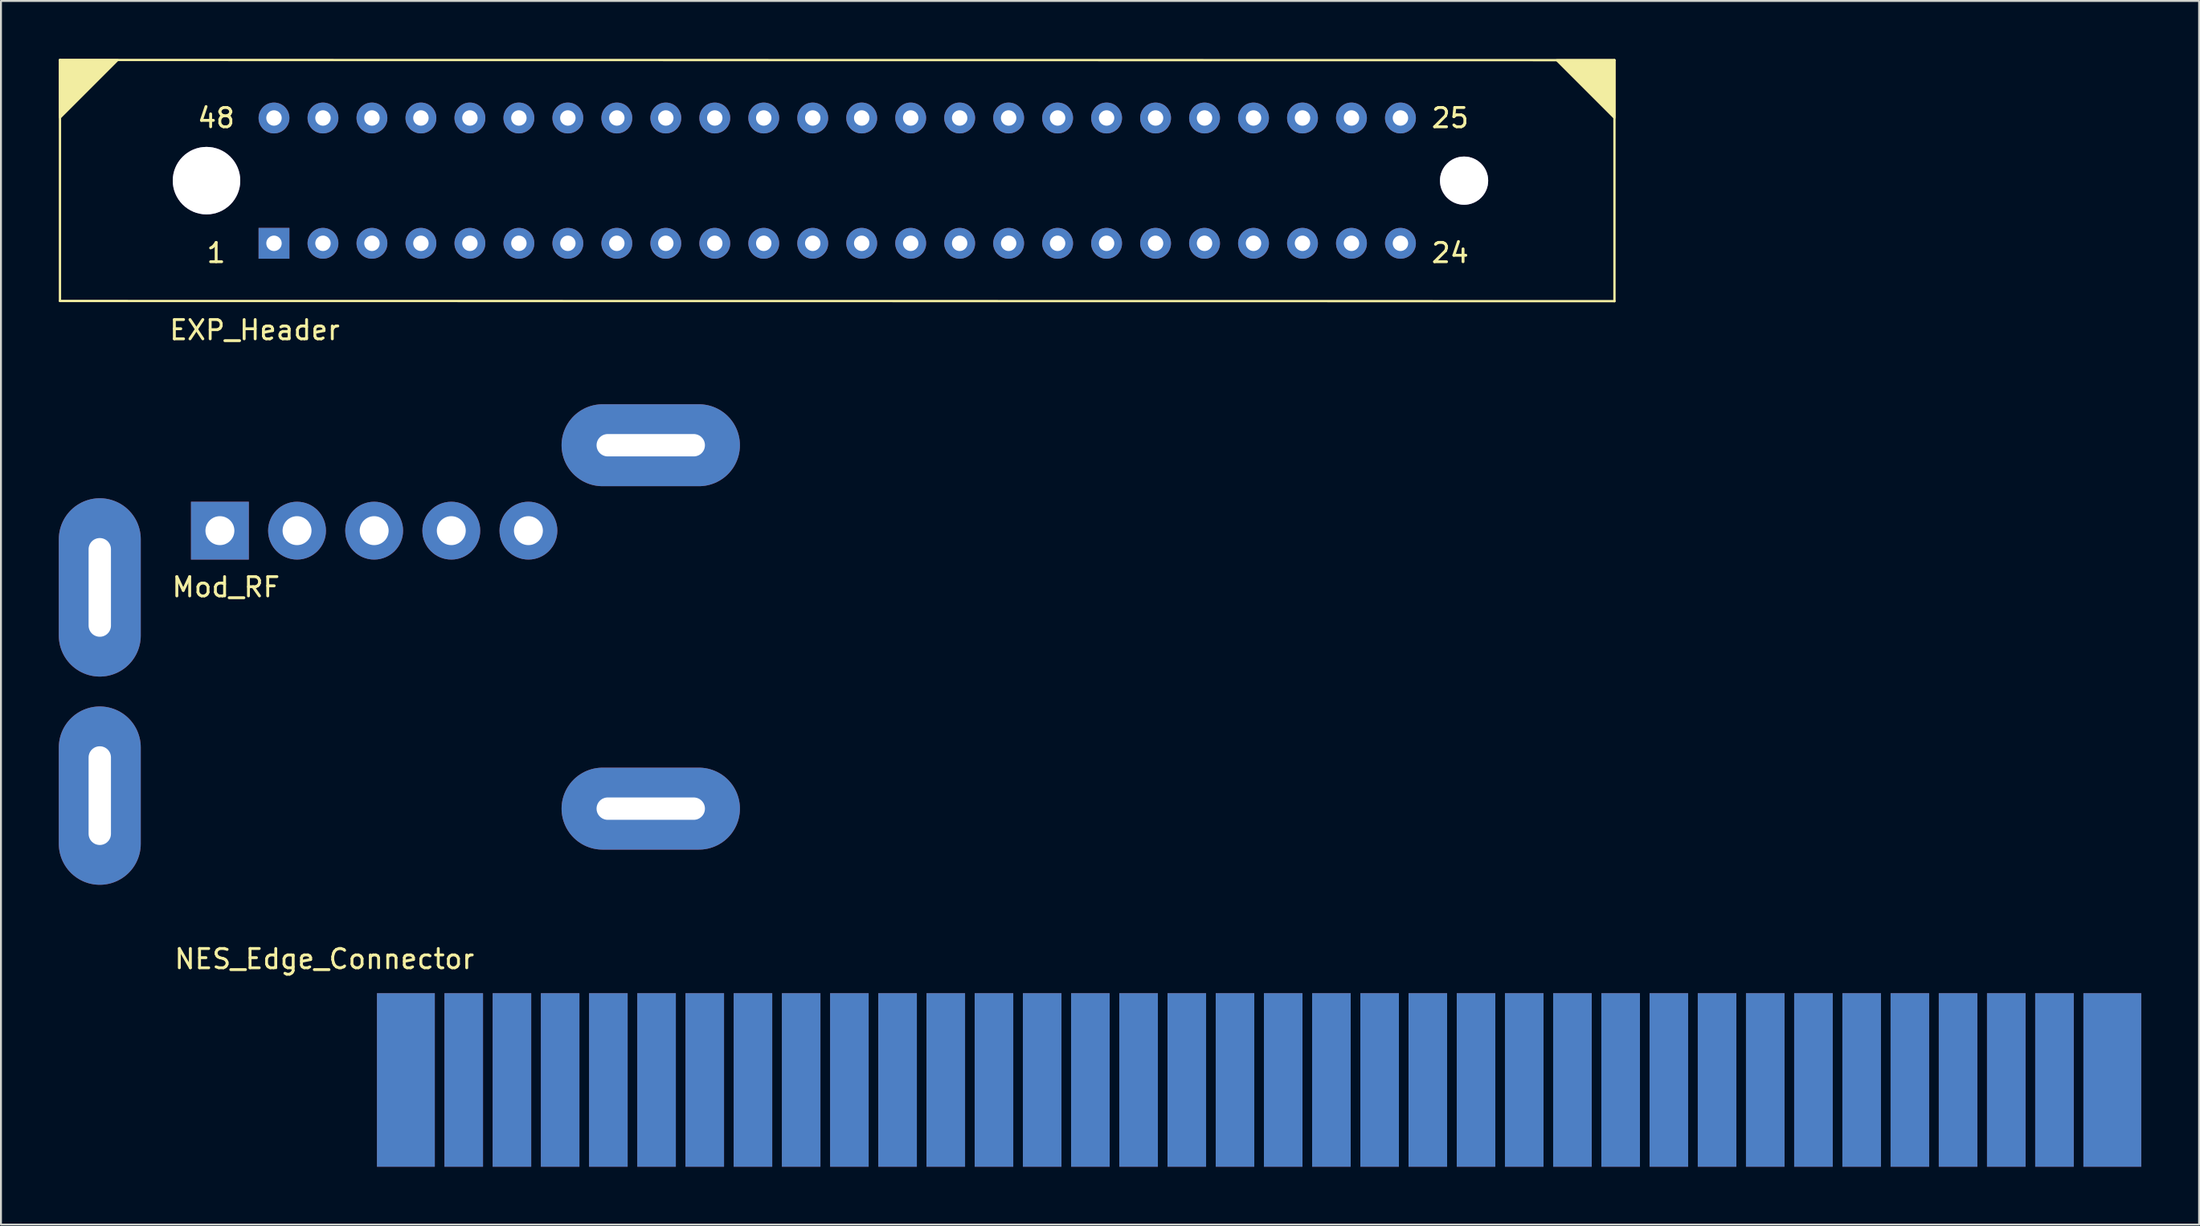
<source format=kicad_pcb>
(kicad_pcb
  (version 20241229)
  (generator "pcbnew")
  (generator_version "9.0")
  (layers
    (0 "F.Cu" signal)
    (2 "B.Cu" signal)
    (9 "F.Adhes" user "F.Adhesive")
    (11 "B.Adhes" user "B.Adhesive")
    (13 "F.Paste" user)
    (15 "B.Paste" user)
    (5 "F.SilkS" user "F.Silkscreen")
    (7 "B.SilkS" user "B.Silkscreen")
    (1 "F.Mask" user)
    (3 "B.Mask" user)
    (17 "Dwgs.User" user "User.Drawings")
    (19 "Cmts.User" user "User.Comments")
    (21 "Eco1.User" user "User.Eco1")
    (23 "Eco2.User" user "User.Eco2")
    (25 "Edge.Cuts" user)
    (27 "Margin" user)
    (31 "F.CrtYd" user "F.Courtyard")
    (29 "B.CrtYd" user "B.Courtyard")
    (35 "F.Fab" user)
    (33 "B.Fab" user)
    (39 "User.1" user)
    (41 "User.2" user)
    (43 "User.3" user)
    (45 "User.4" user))
  (footprint "Mod_RF"
    (layer "F.Cu")
    (at 8.355 22.318)
    (property "Reference" "Mod_RF" (at 0.314 5.086 0) (layer "F.SilkS") (effects (font (size 1 1) (thickness 0.15))))
    (attr through_hole)
    (pad "1" thru_hole rect (at 0 2.156) (size 3 3) (drill 1.5) (layers "*.Cu" "*.Mask"))
    (pad "2" thru_hole circle (at 4 2.156) (size 3 3) (drill 1.5) (layers "*.Cu" "*.Mask"))
    (pad "3" thru_hole circle (at 8 2.156) (size 3 3) (drill 1.5) (layers "*.Cu" "*.Mask"))
    (pad "4" thru_hole circle (at 12 2.156) (size 3 3) (drill 1.5) (layers "*.Cu" "*.Mask"))
    (pad "5" thru_hole circle (at 16 2.156) (size 3 3) (drill 1.5) (layers "*.Cu" "*.Mask"))
    (pad "6" thru_hole oval (at -6.23 5.1) (size 4.25 9.25) (drill oval 1.16 5.12) (layers "*.Cu" "*.Mask"))
    (pad "6" thru_hole oval (at -6.23 15.9) (size 4.25 9.25) (drill oval 1.16 5.12) (layers "*.Cu" "*.Mask"))
    (pad "6" thru_hole oval (at 22.344 -2.275 90) (size 4.25 9.25) (drill oval 1.16 5.62) (layers "*.Cu" "*.Mask"))
    (pad "6" thru_hole oval (at 22.344 16.575 90) (size 4.25 9.25) (drill oval 1.16 5.62) (layers "*.Cu" "*.Mask")))
  (footprint "NES_Edge_Connector"
    (layer "F.Cu")
    (at 0.25 46.717)
    (property "Reference" "NES_Edge_Connector" (at 13.525 -0.025 0) (layer "F.SilkS") (effects (font (size 1 1) (thickness 0.15))))
    (attr through_hole)
    (pad "1" smd rect (at 17.75 6.25) (size 3 9) (layers "F.Cu" "F.Mask" "F.Paste"))
    (pad "2" smd rect (at 20.75 6.25) (size 2 9) (layers "F.Cu" "F.Mask" "F.Paste"))
    (pad "3" smd rect (at 23.25 6.25) (size 2 9) (layers "F.Cu" "F.Mask" "F.Paste"))
    (pad "4" smd rect (at 25.75 6.25) (size 2 9) (layers "F.Cu" "F.Mask" "F.Paste"))
    (pad "5" smd rect (at 28.25 6.25) (size 2 9) (layers "F.Cu" "F.Mask" "F.Paste"))
    (pad "6" smd rect (at 30.75 6.25) (size 2 9) (layers "F.Cu" "F.Mask" "F.Paste"))
    (pad "7" smd rect (at 33.25 6.25) (size 2 9) (layers "F.Cu" "F.Mask" "F.Paste"))
    (pad "8" smd rect (at 35.75 6.25) (size 2 9) (layers "F.Cu" "F.Mask" "F.Paste"))
    (pad "9" smd rect (at 38.25 6.25) (size 2 9) (layers "F.Cu" "F.Mask" "F.Paste"))
    (pad "10" smd rect (at 40.75 6.25) (size 2 9) (layers "F.Cu" "F.Mask" "F.Paste"))
    (pad "11" smd rect (at 43.25 6.25) (size 2 9) (layers "F.Cu" "F.Mask" "F.Paste"))
    (pad "12" smd rect (at 45.75 6.25) (size 2 9) (layers "F.Cu" "F.Mask" "F.Paste"))
    (pad "13" smd rect (at 48.25 6.25) (size 2 9) (layers "F.Cu" "F.Mask" "F.Paste"))
    (pad "14" smd rect (at 50.75 6.25) (size 2 9) (layers "F.Cu" "F.Mask" "F.Paste"))
    (pad "15" smd rect (at 53.25 6.25) (size 2 9) (layers "F.Cu" "F.Mask" "F.Paste"))
    (pad "16" smd rect (at 55.75 6.25) (size 2 9) (layers "F.Cu" "F.Mask" "F.Paste"))
    (pad "17" smd rect (at 58.25 6.25) (size 2 9) (layers "F.Cu" "F.Mask" "F.Paste"))
    (pad "18" smd rect (at 60.75 6.25) (size 2 9) (layers "F.Cu" "F.Mask" "F.Paste"))
    (pad "19" smd rect (at 63.25 6.25) (size 2 9) (layers "F.Cu" "F.Mask" "F.Paste"))
    (pad "20" smd rect (at 65.75 6.25) (size 2 9) (layers "F.Cu" "F.Mask" "F.Paste"))
    (pad "21" smd rect (at 68.25 6.25) (size 2 9) (layers "F.Cu" "F.Mask" "F.Paste"))
    (pad "22" smd rect (at 70.75 6.25) (size 2 9) (layers "F.Cu" "F.Mask" "F.Paste"))
    (pad "23" smd rect (at 73.25 6.25) (size 2 9) (layers "F.Cu" "F.Mask" "F.Paste"))
    (pad "24" smd rect (at 75.75 6.25) (size 2 9) (layers "F.Cu" "F.Mask" "F.Paste"))
    (pad "25" smd rect (at 78.25 6.25) (size 2 9) (layers "F.Cu" "F.Mask" "F.Paste"))
    (pad "26" smd rect (at 80.75 6.25) (size 2 9) (layers "F.Cu" "F.Mask" "F.Paste"))
    (pad "27" smd rect (at 83.25 6.25) (size 2 9) (layers "F.Cu" "F.Mask" "F.Paste"))
    (pad "28" smd rect (at 85.75 6.25) (size 2 9) (layers "F.Cu" "F.Mask" "F.Paste"))
    (pad "29" smd rect (at 88.25 6.25) (size 2 9) (layers "F.Cu" "F.Mask" "F.Paste"))
    (pad "30" smd rect (at 90.75 6.25) (size 2 9) (layers "F.Cu" "F.Mask" "F.Paste"))
    (pad "31" smd rect (at 93.25 6.25) (size 2 9) (layers "F.Cu" "F.Mask" "F.Paste"))
    (pad "32" smd rect (at 95.75 6.25) (size 2 9) (layers "F.Cu" "F.Mask" "F.Paste"))
    (pad "33" smd rect (at 98.25 6.25) (size 2 9) (layers "F.Cu" "F.Mask" "F.Paste"))
    (pad "34" smd rect (at 100.75 6.25) (size 2 9) (layers "F.Cu" "F.Mask" "F.Paste"))
    (pad "35" smd rect (at 103.25 6.25) (size 2 9) (layers "F.Cu" "F.Mask" "F.Paste"))
    (pad "36" smd rect (at 106.25 6.25) (size 3 9) (layers "F.Cu" "F.Mask" "F.Paste"))
    (pad "37" smd rect (at 17.75 6.25) (size 3 9) (layers "B.Cu" "B.Mask" "B.Paste"))
    (pad "38" smd rect (at 20.75 6.25) (size 2 9) (layers "B.Cu" "B.Mask" "B.Paste"))
    (pad "39" smd rect (at 23.25 6.25) (size 2 9) (layers "B.Cu" "B.Mask" "B.Paste"))
    (pad "40" smd rect (at 25.75 6.25) (size 2 9) (layers "B.Cu" "B.Mask" "B.Paste"))
    (pad "41" smd rect (at 28.25 6.25) (size 2 9) (layers "B.Cu" "B.Mask" "B.Paste"))
    (pad "42" smd rect (at 30.75 6.25) (size 2 9) (layers "B.Cu" "B.Mask" "B.Paste"))
    (pad "43" smd rect (at 33.25 6.25) (size 2 9) (layers "B.Cu" "B.Mask" "B.Paste"))
    (pad "44" smd rect (at 35.75 6.25) (size 2 9) (layers "B.Cu" "B.Mask" "B.Paste"))
    (pad "45" smd rect (at 38.25 6.25) (size 2 9) (layers "B.Cu" "B.Mask" "B.Paste"))
    (pad "46" smd rect (at 40.75 6.25) (size 2 9) (layers "B.Cu" "B.Mask" "B.Paste"))
    (pad "47" smd rect (at 43.25 6.25) (size 2 9) (layers "B.Cu" "B.Mask" "B.Paste"))
    (pad "48" smd rect (at 45.75 6.25) (size 2 9) (layers "B.Cu" "B.Mask" "B.Paste"))
    (pad "49" smd rect (at 48.25 6.25) (size 2 9) (layers "B.Cu" "B.Mask" "B.Paste"))
    (pad "50" smd rect (at 50.75 6.25) (size 2 9) (layers "B.Cu" "B.Mask" "B.Paste"))
    (pad "51" smd rect (at 53.25 6.25) (size 2 9) (layers "B.Cu" "B.Mask" "B.Paste"))
    (pad "52" smd rect (at 55.75 6.25) (size 2 9) (layers "B.Cu" "B.Mask" "B.Paste"))
    (pad "53" smd rect (at 58.25 6.25) (size 2 9) (layers "B.Cu" "B.Mask" "B.Paste"))
    (pad "54" smd rect (at 60.75 6.25) (size 2 9) (layers "B.Cu" "B.Mask" "B.Paste"))
    (pad "55" smd rect (at 63.25 6.25) (size 2 9) (layers "B.Cu" "B.Mask" "B.Paste"))
    (pad "56" smd rect (at 65.75 6.25) (size 2 9) (layers "B.Cu" "B.Mask" "B.Paste"))
    (pad "57" smd rect (at 68.25 6.25) (size 2 9) (layers "B.Cu" "B.Mask" "B.Paste"))
    (pad "58" smd rect (at 70.75 6.25) (size 2 9) (layers "B.Cu" "B.Mask" "B.Paste"))
    (pad "59" smd rect (at 73.25 6.25) (size 2 9) (layers "B.Cu" "B.Mask" "B.Paste"))
    (pad "60" smd rect (at 75.75 6.25) (size 2 9) (layers "B.Cu" "B.Mask" "B.Paste"))
    (pad "61" smd rect (at 78.25 6.25) (size 2 9) (layers "B.Cu" "B.Mask" "B.Paste"))
    (pad "62" smd rect (at 80.75 6.25) (size 2 9) (layers "B.Cu" "B.Mask" "B.Paste"))
    (pad "63" smd rect (at 83.25 6.25) (size 2 9) (layers "B.Cu" "B.Mask" "B.Paste"))
    (pad "64" smd rect (at 85.75 6.25) (size 2 9) (layers "B.Cu" "B.Mask" "B.Paste"))
    (pad "65" smd rect (at 88.25 6.25) (size 2 9) (layers "B.Cu" "B.Mask" "B.Paste"))
    (pad "66" smd rect (at 90.75 6.25) (size 2 9) (layers "B.Cu" "B.Mask" "B.Paste"))
    (pad "67" smd rect (at 93.25 6.25) (size 2 9) (layers "B.Cu" "B.Mask" "B.Paste"))
    (pad "68" smd rect (at 95.75 6.25) (size 2 9) (layers "B.Cu" "B.Mask" "B.Paste"))
    (pad "69" smd rect (at 98.25 6.25) (size 2 9) (layers "B.Cu" "B.Mask" "B.Paste"))
    (pad "70" smd rect (at 100.75 6.25) (size 2 9) (layers "B.Cu" "B.Mask" "B.Paste"))
    (pad "71" smd rect (at 103.25 6.25) (size 2 9) (layers "B.Cu" "B.Mask" "B.Paste"))
    (pad "72" smd rect (at 106.25 6.25) (size 3 9) (layers "B.Cu" "B.Mask" "B.Paste")))
  (footprint "EXP_Header"
    (layer "F.Cu")
    (at 11.16 3.07)
    (property "Reference" "EXP_Header" (at -1 11 0) (layer "F.SilkS") (effects (font (size 1 1) (thickness 0.15))))
    (attr through_hole)
    (fp_line (start -11.1 -3.01) (end 69.52 -3) (stroke (width 0.12) (type solid)) (layer "F.SilkS"))
    (fp_line (start -11.1 9.49) (end -11.1 -3.01) (stroke (width 0.12) (type solid)) (layer "F.SilkS"))
    (fp_line (start 69.52 9.5) (end -11.1 9.49) (stroke (width 0.12) (type solid)) (layer "F.SilkS"))
    (fp_line (start 69.52 9.5) (end 69.52 -3) (stroke (width 0.12) (type solid)) (layer "F.SilkS"))
    (fp_poly (pts (xy -11.1 -3.01) (xy -11.1 -0.01) (xy -8.1 -3.01)) (stroke (width 0.1) (type solid)) (fill yes) (layer "F.SilkS"))
    (fp_poly (pts (xy 69.52 -3) (xy 66.52 -3) (xy 69.52 0)) (stroke (width 0.1) (type solid)) (fill yes) (layer "F.SilkS"))
    (fp_text user "48" (at -3 0 0) (layer "F.SilkS") (effects (font (size 1 1) (thickness 0.15))))
    (fp_text user "25" (at 61 0 0) (layer "F.SilkS") (effects (font (size 1 1) (thickness 0.15))))
    (fp_text user "24" (at 61 7 0) (layer "F.SilkS") (effects (font (size 1 1) (thickness 0.15))))
    (fp_text user "1" (at -3 7 0) (layer "F.SilkS") (effects (font (size 1 1) (thickness 0.15))))
    (pad "" thru_hole circle (at -3.5 3.25) (size 3.5 3.5) (drill 3.5) (layers "*.Cu" "*.Mask"))
    (pad "" thru_hole circle (at 61.72 3.25) (size 2.5 2.5) (drill 2.5) (layers "*.Cu" "*.Mask"))
    (pad "1" thru_hole rect (at 0 6.5) (size 1.6 1.6) (drill 0.8) (layers "*.Cu" "*.Mask"))
    (pad "2" thru_hole circle (at 2.54 6.5) (size 1.6 1.6) (drill 0.8) (layers "*.Cu" "*.Mask"))
    (pad "3" thru_hole circle (at 5.08 6.5) (size 1.6 1.6) (drill 0.8) (layers "*.Cu" "*.Mask"))
    (pad "4" thru_hole circle (at 7.62 6.5) (size 1.6 1.6) (drill 0.8) (layers "*.Cu" "*.Mask"))
    (pad "5" thru_hole circle (at 10.16 6.5) (size 1.6 1.6) (drill 0.8) (layers "*.Cu" "*.Mask"))
    (pad "6" thru_hole circle (at 12.7 6.5) (size 1.6 1.6) (drill 0.8) (layers "*.Cu" "*.Mask"))
    (pad "7" thru_hole circle (at 15.24 6.5) (size 1.6 1.6) (drill 0.8) (layers "*.Cu" "*.Mask"))
    (pad "8" thru_hole circle (at 17.78 6.5) (size 1.6 1.6) (drill 0.8) (layers "*.Cu" "*.Mask"))
    (pad "9" thru_hole circle (at 20.32 6.5) (size 1.6 1.6) (drill 0.8) (layers "*.Cu" "*.Mask"))
    (pad "10" thru_hole circle (at 22.86 6.5) (size 1.6 1.6) (drill 0.8) (layers "*.Cu" "*.Mask"))
    (pad "11" thru_hole circle (at 25.4 6.5) (size 1.6 1.6) (drill 0.8) (layers "*.Cu" "*.Mask"))
    (pad "12" thru_hole circle (at 27.94 6.5) (size 1.6 1.6) (drill 0.8) (layers "*.Cu" "*.Mask"))
    (pad "13" thru_hole circle (at 30.48 6.5) (size 1.6 1.6) (drill 0.8) (layers "*.Cu" "*.Mask"))
    (pad "14" thru_hole circle (at 33.02 6.5) (size 1.6 1.6) (drill 0.8) (layers "*.Cu" "*.Mask"))
    (pad "15" thru_hole circle (at 35.56 6.5) (size 1.6 1.6) (drill 0.8) (layers "*.Cu" "*.Mask"))
    (pad "16" thru_hole circle (at 38.1 6.5) (size 1.6 1.6) (drill 0.8) (layers "*.Cu" "*.Mask"))
    (pad "17" thru_hole circle (at 40.64 6.5) (size 1.6 1.6) (drill 0.8) (layers "*.Cu" "*.Mask"))
    (pad "18" thru_hole circle (at 43.18 6.5) (size 1.6 1.6) (drill 0.8) (layers "*.Cu" "*.Mask"))
    (pad "19" thru_hole circle (at 45.72 6.5) (size 1.6 1.6) (drill 0.8) (layers "*.Cu" "*.Mask"))
    (pad "20" thru_hole circle (at 48.26 6.5) (size 1.6 1.6) (drill 0.8) (layers "*.Cu" "*.Mask"))
    (pad "21" thru_hole circle (at 50.8 6.5) (size 1.6 1.6) (drill 0.8) (layers "*.Cu" "*.Mask"))
    (pad "22" thru_hole circle (at 53.34 6.5) (size 1.6 1.6) (drill 0.8) (layers "*.Cu" "*.Mask"))
    (pad "23" thru_hole circle (at 55.88 6.5) (size 1.6 1.6) (drill 0.8) (layers "*.Cu" "*.Mask"))
    (pad "24" thru_hole circle (at 58.42 6.5) (size 1.6 1.6) (drill 0.8) (layers "*.Cu" "*.Mask"))
    (pad "25" thru_hole circle (at 58.42 0) (size 1.6 1.6) (drill 0.8) (layers "*.Cu" "*.Mask"))
    (pad "26" thru_hole circle (at 55.88 0) (size 1.6 1.6) (drill 0.8) (layers "*.Cu" "*.Mask"))
    (pad "27" thru_hole circle (at 53.34 0) (size 1.6 1.6) (drill 0.8) (layers "*.Cu" "*.Mask"))
    (pad "28" thru_hole circle (at 50.8 0) (size 1.6 1.6) (drill 0.8) (layers "*.Cu" "*.Mask"))
    (pad "29" thru_hole circle (at 48.26 0) (size 1.6 1.6) (drill 0.8) (layers "*.Cu" "*.Mask"))
    (pad "30" thru_hole circle (at 45.72 0) (size 1.6 1.6) (drill 0.8) (layers "*.Cu" "*.Mask"))
    (pad "31" thru_hole circle (at 43.18 0) (size 1.6 1.6) (drill 0.8) (layers "*.Cu" "*.Mask"))
    (pad "32" thru_hole circle (at 40.64 0) (size 1.6 1.6) (drill 0.8) (layers "*.Cu" "*.Mask"))
    (pad "33" thru_hole circle (at 38.1 0) (size 1.6 1.6) (drill 0.8) (layers "*.Cu" "*.Mask"))
    (pad "34" thru_hole circle (at 35.56 0) (size 1.6 1.6) (drill 0.8) (layers "*.Cu" "*.Mask"))
    (pad "35" thru_hole circle (at 33.02 0) (size 1.6 1.6) (drill 0.8) (layers "*.Cu" "*.Mask"))
    (pad "36" thru_hole circle (at 30.48 0) (size 1.6 1.6) (drill 0.8) (layers "*.Cu" "*.Mask"))
    (pad "37" thru_hole circle (at 27.94 0) (size 1.6 1.6) (drill 0.8) (layers "*.Cu" "*.Mask"))
    (pad "38" thru_hole circle (at 25.4 0) (size 1.6 1.6) (drill 0.8) (layers "*.Cu" "*.Mask"))
    (pad "39" thru_hole circle (at 22.86 0) (size 1.6 1.6) (drill 0.8) (layers "*.Cu" "*.Mask"))
    (pad "40" thru_hole circle (at 20.32 0) (size 1.6 1.6) (drill 0.8) (layers "*.Cu" "*.Mask"))
    (pad "41" thru_hole circle (at 17.78 0) (size 1.6 1.6) (drill 0.8) (layers "*.Cu" "*.Mask"))
    (pad "42" thru_hole circle (at 15.24 0) (size 1.6 1.6) (drill 0.8) (layers "*.Cu" "*.Mask"))
    (pad "43" thru_hole circle (at 12.7 0) (size 1.6 1.6) (drill 0.8) (layers "*.Cu" "*.Mask"))
    (pad "44" thru_hole circle (at 10.16 0) (size 1.6 1.6) (drill 0.8) (layers "*.Cu" "*.Mask"))
    (pad "45" thru_hole circle (at 7.62 0) (size 1.6 1.6) (drill 0.8) (layers "*.Cu" "*.Mask"))
    (pad "46" thru_hole circle (at 5.08 0) (size 1.6 1.6) (drill 0.8) (layers "*.Cu" "*.Mask"))
    (pad "47" thru_hole circle (at 2.54 0) (size 1.6 1.6) (drill 0.8) (layers "*.Cu" "*.Mask"))
    (pad "48" thru_hole circle (at 0 0) (size 1.6 1.6) (drill 0.8) (layers "*.Cu" "*.Mask")))
  (gr_rect
    (start -3 -3)
    (end 111 60.467)
    (stroke (width 0.1) (type default))
    (fill no)
    (layer "Edge.Cuts")))
</source>
